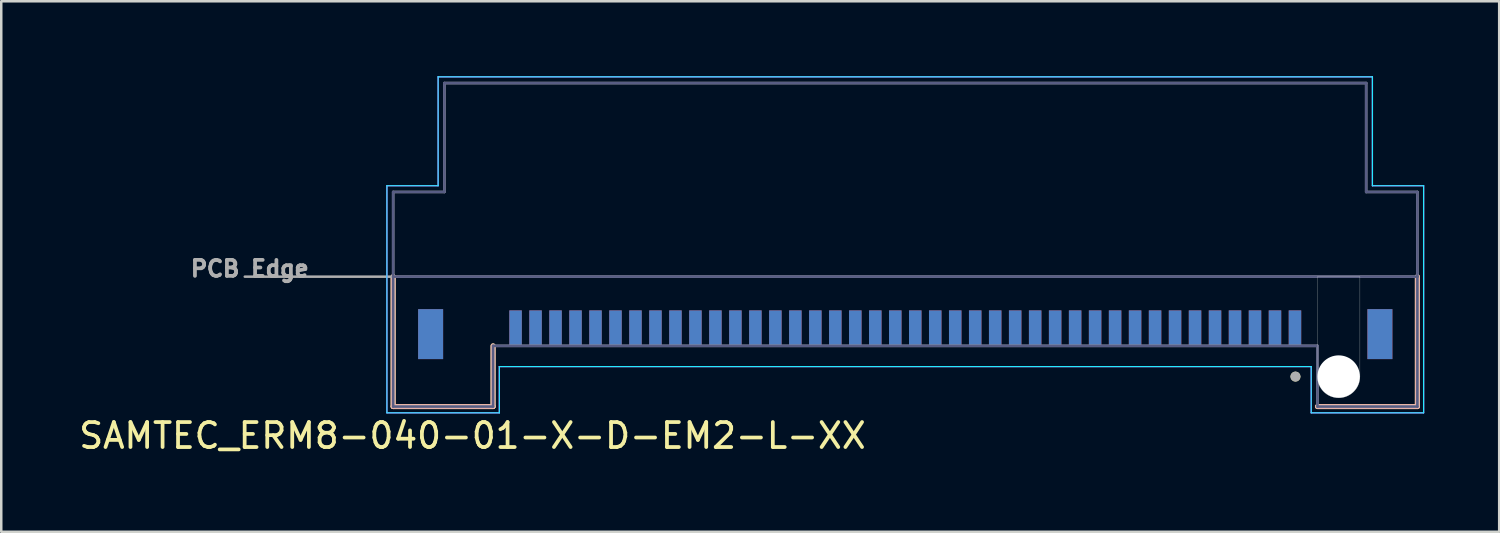
<source format=kicad_pcb>
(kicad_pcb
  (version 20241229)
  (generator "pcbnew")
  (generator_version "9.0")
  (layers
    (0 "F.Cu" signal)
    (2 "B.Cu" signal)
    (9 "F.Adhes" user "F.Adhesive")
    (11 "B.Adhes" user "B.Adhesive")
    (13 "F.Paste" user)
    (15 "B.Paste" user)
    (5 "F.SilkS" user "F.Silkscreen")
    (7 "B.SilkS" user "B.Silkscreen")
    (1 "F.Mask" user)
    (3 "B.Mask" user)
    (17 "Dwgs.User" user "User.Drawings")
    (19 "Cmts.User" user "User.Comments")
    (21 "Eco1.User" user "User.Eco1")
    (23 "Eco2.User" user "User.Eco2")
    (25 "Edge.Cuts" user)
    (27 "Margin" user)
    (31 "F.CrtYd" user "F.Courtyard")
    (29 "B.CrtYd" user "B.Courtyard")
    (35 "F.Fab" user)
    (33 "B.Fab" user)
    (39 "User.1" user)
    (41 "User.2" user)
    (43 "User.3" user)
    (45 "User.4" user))
  (footprint "SAMTEC_ERM8-040-01-X-D-EM2-L-XX"
    (layer "F.Cu")
    (at 33.188 8.025)
    (property "Reference" "SAMTEC_ERM8-040-01-X-D-EM2-L-XX" (at -17.325 6.365 0) (layer "F.SilkS") (effects (font (size 1 1) (thickness 0.15))))
    (attr smd)
    (fp_line (start -20.5 0) (end -20.5 5.2) (stroke (width 0.2) (type solid)) (layer "F.SilkS"))
    (fp_line (start -20.5 5.2) (end -16.5 5.2) (stroke (width 0.2) (type solid)) (layer "F.SilkS"))
    (fp_line (start -16.5 5.2) (end -16.5 2.77) (stroke (width 0.2) (type solid)) (layer "F.SilkS"))
    (fp_line (start 16.5 5.2) (end 20.5 5.2) (stroke (width 0.2) (type solid)) (layer "F.SilkS"))
    (fp_line (start 20.5 5.2) (end 20.5 0) (stroke (width 0.2) (type solid)) (layer "F.SilkS"))
    (fp_circle (center 15.62 4) (end 15.72 4) (stroke (width 0.2) (type solid)) (fill no) (layer "F.SilkS"))
    (fp_line (start -20.5 0) (end -20.5 5.2) (stroke (width 0.2) (type solid)) (layer "B.SilkS"))
    (fp_line (start -20.5 5.2) (end -16.5 5.2) (stroke (width 0.2) (type solid)) (layer "B.SilkS"))
    (fp_line (start -16.5 5.2) (end -16.5 2.77) (stroke (width 0.2) (type solid)) (layer "B.SilkS"))
    (fp_line (start 16.5 5.2) (end 20.5 5.2) (stroke (width 0.2) (type solid)) (layer "B.SilkS"))
    (fp_line (start 20.5 5.2) (end 20.5 0) (stroke (width 0.2) (type solid)) (layer "B.SilkS"))
    (fp_poly (pts (xy -15.78 2.08) (xy -15.78 3.35) (xy -15.42 3.35) (xy -15.42 2.08) (xy -15.6 1.823)) (stroke (width 0.01) (type solid)) (fill yes) (layer "F.Paste"))
    (fp_poly (pts (xy -14.98 2.08) (xy -14.98 3.35) (xy -14.62 3.35) (xy -14.62 2.08) (xy -14.8 1.823)) (stroke (width 0.01) (type solid)) (fill yes) (layer "F.Paste"))
    (fp_poly (pts (xy -14.18 2.08) (xy -14.18 3.35) (xy -13.82 3.35) (xy -13.82 2.08) (xy -14 1.823)) (stroke (width 0.01) (type solid)) (fill yes) (layer "F.Paste"))
    (fp_poly (pts (xy -13.38 2.08) (xy -13.38 3.35) (xy -13.02 3.35) (xy -13.02 2.08) (xy -13.2 1.823)) (stroke (width 0.01) (type solid)) (fill yes) (layer "F.Paste"))
    (fp_poly (pts (xy -12.58 2.08) (xy -12.58 3.35) (xy -12.22 3.35) (xy -12.22 2.08) (xy -12.4 1.823)) (stroke (width 0.01) (type solid)) (fill yes) (layer "F.Paste"))
    (fp_poly (pts (xy -11.78 2.08) (xy -11.78 3.35) (xy -11.42 3.35) (xy -11.42 2.08) (xy -11.6 1.823)) (stroke (width 0.01) (type solid)) (fill yes) (layer "F.Paste"))
    (fp_poly (pts (xy -10.98 2.08) (xy -10.98 3.35) (xy -10.62 3.35) (xy -10.62 2.08) (xy -10.8 1.823)) (stroke (width 0.01) (type solid)) (fill yes) (layer "F.Paste"))
    (fp_poly (pts (xy -10.18 2.08) (xy -10.18 3.35) (xy -9.82 3.35) (xy -9.82 2.08) (xy -10 1.823)) (stroke (width 0.01) (type solid)) (fill yes) (layer "F.Paste"))
    (fp_poly (pts (xy -9.38 2.08) (xy -9.38 3.35) (xy -9.02 3.35) (xy -9.02 2.08) (xy -9.2 1.823)) (stroke (width 0.01) (type solid)) (fill yes) (layer "F.Paste"))
    (fp_poly (pts (xy -8.58 2.08) (xy -8.58 3.35) (xy -8.22 3.35) (xy -8.22 2.08) (xy -8.4 1.823)) (stroke (width 0.01) (type solid)) (fill yes) (layer "F.Paste"))
    (fp_poly (pts (xy -7.78 2.08) (xy -7.78 3.35) (xy -7.42 3.35) (xy -7.42 2.08) (xy -7.6 1.823)) (stroke (width 0.01) (type solid)) (fill yes) (layer "F.Paste"))
    (fp_poly (pts (xy -6.98 2.08) (xy -6.98 3.35) (xy -6.62 3.35) (xy -6.62 2.08) (xy -6.8 1.823)) (stroke (width 0.01) (type solid)) (fill yes) (layer "F.Paste"))
    (fp_poly (pts (xy -6.18 2.08) (xy -6.18 3.35) (xy -5.82 3.35) (xy -5.82 2.08) (xy -6 1.823)) (stroke (width 0.01) (type solid)) (fill yes) (layer "F.Paste"))
    (fp_poly (pts (xy -5.38 2.08) (xy -5.38 3.35) (xy -5.02 3.35) (xy -5.02 2.08) (xy -5.2 1.823)) (stroke (width 0.01) (type solid)) (fill yes) (layer "F.Paste"))
    (fp_poly (pts (xy -4.58 2.08) (xy -4.58 3.35) (xy -4.22 3.35) (xy -4.22 2.08) (xy -4.4 1.823)) (stroke (width 0.01) (type solid)) (fill yes) (layer "F.Paste"))
    (fp_poly (pts (xy -3.78 2.08) (xy -3.78 3.35) (xy -3.42 3.35) (xy -3.42 2.08) (xy -3.6 1.823)) (stroke (width 0.01) (type solid)) (fill yes) (layer "F.Paste"))
    (fp_poly (pts (xy -2.98 2.08) (xy -2.98 3.35) (xy -2.62 3.35) (xy -2.62 2.08) (xy -2.8 1.823)) (stroke (width 0.01) (type solid)) (fill yes) (layer "F.Paste"))
    (fp_poly (pts (xy -2.18 2.08) (xy -2.18 3.35) (xy -1.82 3.35) (xy -1.82 2.08) (xy -2 1.823)) (stroke (width 0.01) (type solid)) (fill yes) (layer "F.Paste"))
    (fp_poly (pts (xy -1.38 2.08) (xy -1.38 3.35) (xy -1.02 3.35) (xy -1.02 2.08) (xy -1.2 1.823)) (stroke (width 0.01) (type solid)) (fill yes) (layer "F.Paste"))
    (fp_poly (pts (xy -0.58 2.08) (xy -0.58 3.35) (xy -0.22 3.35) (xy -0.22 2.08) (xy -0.4 1.823)) (stroke (width 0.01) (type solid)) (fill yes) (layer "F.Paste"))
    (fp_poly (pts (xy 0.22 2.08) (xy 0.22 3.35) (xy 0.58 3.35) (xy 0.58 2.08) (xy 0.4 1.823)) (stroke (width 0.01) (type solid)) (fill yes) (layer "F.Paste"))
    (fp_poly (pts (xy 1.02 2.08) (xy 1.02 3.35) (xy 1.38 3.35) (xy 1.38 2.08) (xy 1.2 1.823)) (stroke (width 0.01) (type solid)) (fill yes) (layer "F.Paste"))
    (fp_poly (pts (xy 1.82 2.08) (xy 1.82 3.35) (xy 2.18 3.35) (xy 2.18 2.08) (xy 2 1.823)) (stroke (width 0.01) (type solid)) (fill yes) (layer "F.Paste"))
    (fp_poly (pts (xy 2.62 2.08) (xy 2.62 3.35) (xy 2.98 3.35) (xy 2.98 2.08) (xy 2.8 1.823)) (stroke (width 0.01) (type solid)) (fill yes) (layer "F.Paste"))
    (fp_poly (pts (xy 3.42 2.08) (xy 3.42 3.35) (xy 3.78 3.35) (xy 3.78 2.08) (xy 3.6 1.823)) (stroke (width 0.01) (type solid)) (fill yes) (layer "F.Paste"))
    (fp_poly (pts (xy 4.22 2.08) (xy 4.22 3.35) (xy 4.58 3.35) (xy 4.58 2.08) (xy 4.4 1.823)) (stroke (width 0.01) (type solid)) (fill yes) (layer "F.Paste"))
    (fp_poly (pts (xy 5.02 2.08) (xy 5.02 3.35) (xy 5.38 3.35) (xy 5.38 2.08) (xy 5.2 1.823)) (stroke (width 0.01) (type solid)) (fill yes) (layer "F.Paste"))
    (fp_poly (pts (xy 5.82 2.08) (xy 5.82 3.35) (xy 6.18 3.35) (xy 6.18 2.08) (xy 6 1.823)) (stroke (width 0.01) (type solid)) (fill yes) (layer "F.Paste"))
    (fp_poly (pts (xy 6.62 2.08) (xy 6.62 3.35) (xy 6.98 3.35) (xy 6.98 2.08) (xy 6.8 1.823)) (stroke (width 0.01) (type solid)) (fill yes) (layer "F.Paste"))
    (fp_poly (pts (xy 7.42 2.08) (xy 7.42 3.35) (xy 7.78 3.35) (xy 7.78 2.08) (xy 7.6 1.823)) (stroke (width 0.01) (type solid)) (fill yes) (layer "F.Paste"))
    (fp_poly (pts (xy 8.22 2.08) (xy 8.22 3.35) (xy 8.58 3.35) (xy 8.58 2.08) (xy 8.4 1.823)) (stroke (width 0.01) (type solid)) (fill yes) (layer "F.Paste"))
    (fp_poly (pts (xy 9.02 2.08) (xy 9.02 3.35) (xy 9.38 3.35) (xy 9.38 2.08) (xy 9.2 1.823)) (stroke (width 0.01) (type solid)) (fill yes) (layer "F.Paste"))
    (fp_poly (pts (xy 9.82 2.08) (xy 9.82 3.35) (xy 10.18 3.35) (xy 10.18 2.08) (xy 10 1.823)) (stroke (width 0.01) (type solid)) (fill yes) (layer "F.Paste"))
    (fp_poly (pts (xy 10.62 2.08) (xy 10.62 3.35) (xy 10.98 3.35) (xy 10.98 2.08) (xy 10.8 1.823)) (stroke (width 0.01) (type solid)) (fill yes) (layer "F.Paste"))
    (fp_poly (pts (xy 11.42 2.08) (xy 11.42 3.35) (xy 11.78 3.35) (xy 11.78 2.08) (xy 11.6 1.823)) (stroke (width 0.01) (type solid)) (fill yes) (layer "F.Paste"))
    (fp_poly (pts (xy 12.22 2.08) (xy 12.22 3.35) (xy 12.58 3.35) (xy 12.58 2.08) (xy 12.4 1.823)) (stroke (width 0.01) (type solid)) (fill yes) (layer "F.Paste"))
    (fp_poly (pts (xy 13.02 2.08) (xy 13.02 3.35) (xy 13.38 3.35) (xy 13.38 2.08) (xy 13.2 1.823)) (stroke (width 0.01) (type solid)) (fill yes) (layer "F.Paste"))
    (fp_poly (pts (xy 13.82 2.08) (xy 13.82 3.35) (xy 14.18 3.35) (xy 14.18 2.08) (xy 14 1.823)) (stroke (width 0.01) (type solid)) (fill yes) (layer "F.Paste"))
    (fp_poly (pts (xy 14.62 2.08) (xy 14.62 3.35) (xy 14.98 3.35) (xy 14.98 2.08) (xy 14.8 1.823)) (stroke (width 0.01) (type solid)) (fill yes) (layer "F.Paste"))
    (fp_poly (pts (xy 15.42 2.08) (xy 15.42 3.35) (xy 15.78 3.35) (xy 15.78 2.08) (xy 15.6 1.823)) (stroke (width 0.01) (type solid)) (fill yes) (layer "F.Paste"))
    (fp_poly (pts (xy -15.78 2.08) (xy -15.78 3.35) (xy -15.42 3.35) (xy -15.42 2.08) (xy -15.6 1.823)) (stroke (width 0.01) (type solid)) (fill yes) (layer "B.Paste"))
    (fp_poly (pts (xy -14.98 2.08) (xy -14.98 3.35) (xy -14.62 3.35) (xy -14.62 2.08) (xy -14.8 1.823)) (stroke (width 0.01) (type solid)) (fill yes) (layer "B.Paste"))
    (fp_poly (pts (xy -14.18 2.08) (xy -14.18 3.35) (xy -13.82 3.35) (xy -13.82 2.08) (xy -14 1.823)) (stroke (width 0.01) (type solid)) (fill yes) (layer "B.Paste"))
    (fp_poly (pts (xy -13.38 2.08) (xy -13.38 3.35) (xy -13.02 3.35) (xy -13.02 2.08) (xy -13.2 1.823)) (stroke (width 0.01) (type solid)) (fill yes) (layer "B.Paste"))
    (fp_poly (pts (xy -12.58 2.08) (xy -12.58 3.35) (xy -12.22 3.35) (xy -12.22 2.08) (xy -12.4 1.823)) (stroke (width 0.01) (type solid)) (fill yes) (layer "B.Paste"))
    (fp_poly (pts (xy -11.78 2.08) (xy -11.78 3.35) (xy -11.42 3.35) (xy -11.42 2.08) (xy -11.6 1.823)) (stroke (width 0.01) (type solid)) (fill yes) (layer "B.Paste"))
    (fp_poly (pts (xy -10.98 2.08) (xy -10.98 3.35) (xy -10.62 3.35) (xy -10.62 2.08) (xy -10.8 1.823)) (stroke (width 0.01) (type solid)) (fill yes) (layer "B.Paste"))
    (fp_poly (pts (xy -10.18 2.08) (xy -10.18 3.35) (xy -9.82 3.35) (xy -9.82 2.08) (xy -10 1.823)) (stroke (width 0.01) (type solid)) (fill yes) (layer "B.Paste"))
    (fp_poly (pts (xy -9.38 2.08) (xy -9.38 3.35) (xy -9.02 3.35) (xy -9.02 2.08) (xy -9.2 1.823)) (stroke (width 0.01) (type solid)) (fill yes) (layer "B.Paste"))
    (fp_poly (pts (xy -8.58 2.08) (xy -8.58 3.35) (xy -8.22 3.35) (xy -8.22 2.08) (xy -8.4 1.823)) (stroke (width 0.01) (type solid)) (fill yes) (layer "B.Paste"))
    (fp_poly (pts (xy -7.78 2.08) (xy -7.78 3.35) (xy -7.42 3.35) (xy -7.42 2.08) (xy -7.6 1.823)) (stroke (width 0.01) (type solid)) (fill yes) (layer "B.Paste"))
    (fp_poly (pts (xy -6.98 2.08) (xy -6.98 3.35) (xy -6.62 3.35) (xy -6.62 2.08) (xy -6.8 1.823)) (stroke (width 0.01) (type solid)) (fill yes) (layer "B.Paste"))
    (fp_poly (pts (xy -6.18 2.08) (xy -6.18 3.35) (xy -5.82 3.35) (xy -5.82 2.08) (xy -6 1.823)) (stroke (width 0.01) (type solid)) (fill yes) (layer "B.Paste"))
    (fp_poly (pts (xy -5.38 2.08) (xy -5.38 3.35) (xy -5.02 3.35) (xy -5.02 2.08) (xy -5.2 1.823)) (stroke (width 0.01) (type solid)) (fill yes) (layer "B.Paste"))
    (fp_poly (pts (xy -4.58 2.08) (xy -4.58 3.35) (xy -4.22 3.35) (xy -4.22 2.08) (xy -4.4 1.823)) (stroke (width 0.01) (type solid)) (fill yes) (layer "B.Paste"))
    (fp_poly (pts (xy -3.78 2.08) (xy -3.78 3.35) (xy -3.42 3.35) (xy -3.42 2.08) (xy -3.6 1.823)) (stroke (width 0.01) (type solid)) (fill yes) (layer "B.Paste"))
    (fp_poly (pts (xy -2.98 2.08) (xy -2.98 3.35) (xy -2.62 3.35) (xy -2.62 2.08) (xy -2.8 1.823)) (stroke (width 0.01) (type solid)) (fill yes) (layer "B.Paste"))
    (fp_poly (pts (xy -2.18 2.08) (xy -2.18 3.35) (xy -1.82 3.35) (xy -1.82 2.08) (xy -2 1.823)) (stroke (width 0.01) (type solid)) (fill yes) (layer "B.Paste"))
    (fp_poly (pts (xy -1.38 2.08) (xy -1.38 3.35) (xy -1.02 3.35) (xy -1.02 2.08) (xy -1.2 1.823)) (stroke (width 0.01) (type solid)) (fill yes) (layer "B.Paste"))
    (fp_poly (pts (xy -0.58 2.08) (xy -0.58 3.35) (xy -0.22 3.35) (xy -0.22 2.08) (xy -0.4 1.823)) (stroke (width 0.01) (type solid)) (fill yes) (layer "B.Paste"))
    (fp_poly (pts (xy 0.22 2.08) (xy 0.22 3.35) (xy 0.58 3.35) (xy 0.58 2.08) (xy 0.4 1.823)) (stroke (width 0.01) (type solid)) (fill yes) (layer "B.Paste"))
    (fp_poly (pts (xy 1.02 2.08) (xy 1.02 3.35) (xy 1.38 3.35) (xy 1.38 2.08) (xy 1.2 1.823)) (stroke (width 0.01) (type solid)) (fill yes) (layer "B.Paste"))
    (fp_poly (pts (xy 1.82 2.08) (xy 1.82 3.35) (xy 2.18 3.35) (xy 2.18 2.08) (xy 2 1.823)) (stroke (width 0.01) (type solid)) (fill yes) (layer "B.Paste"))
    (fp_poly (pts (xy 2.62 2.08) (xy 2.62 3.35) (xy 2.98 3.35) (xy 2.98 2.08) (xy 2.8 1.823)) (stroke (width 0.01) (type solid)) (fill yes) (layer "B.Paste"))
    (fp_poly (pts (xy 3.42 2.08) (xy 3.42 3.35) (xy 3.78 3.35) (xy 3.78 2.08) (xy 3.6 1.823)) (stroke (width 0.01) (type solid)) (fill yes) (layer "B.Paste"))
    (fp_poly (pts (xy 4.22 2.08) (xy 4.22 3.35) (xy 4.58 3.35) (xy 4.58 2.08) (xy 4.4 1.823)) (stroke (width 0.01) (type solid)) (fill yes) (layer "B.Paste"))
    (fp_poly (pts (xy 5.02 2.08) (xy 5.02 3.35) (xy 5.38 3.35) (xy 5.38 2.08) (xy 5.2 1.823)) (stroke (width 0.01) (type solid)) (fill yes) (layer "B.Paste"))
    (fp_poly (pts (xy 5.82 2.08) (xy 5.82 3.35) (xy 6.18 3.35) (xy 6.18 2.08) (xy 6 1.823)) (stroke (width 0.01) (type solid)) (fill yes) (layer "B.Paste"))
    (fp_poly (pts (xy 6.62 2.08) (xy 6.62 3.35) (xy 6.98 3.35) (xy 6.98 2.08) (xy 6.8 1.823)) (stroke (width 0.01) (type solid)) (fill yes) (layer "B.Paste"))
    (fp_poly (pts (xy 7.42 2.08) (xy 7.42 3.35) (xy 7.78 3.35) (xy 7.78 2.08) (xy 7.6 1.823)) (stroke (width 0.01) (type solid)) (fill yes) (layer "B.Paste"))
    (fp_poly (pts (xy 8.22 2.08) (xy 8.22 3.35) (xy 8.58 3.35) (xy 8.58 2.08) (xy 8.4 1.823)) (stroke (width 0.01) (type solid)) (fill yes) (layer "B.Paste"))
    (fp_poly (pts (xy 9.02 2.08) (xy 9.02 3.35) (xy 9.38 3.35) (xy 9.38 2.08) (xy 9.2 1.823)) (stroke (width 0.01) (type solid)) (fill yes) (layer "B.Paste"))
    (fp_poly (pts (xy 9.82 2.08) (xy 9.82 3.35) (xy 10.18 3.35) (xy 10.18 2.08) (xy 10 1.823)) (stroke (width 0.01) (type solid)) (fill yes) (layer "B.Paste"))
    (fp_poly (pts (xy 10.62 2.08) (xy 10.62 3.35) (xy 10.98 3.35) (xy 10.98 2.08) (xy 10.8 1.823)) (stroke (width 0.01) (type solid)) (fill yes) (layer "B.Paste"))
    (fp_poly (pts (xy 11.42 2.08) (xy 11.42 3.35) (xy 11.78 3.35) (xy 11.78 2.08) (xy 11.6 1.823)) (stroke (width 0.01) (type solid)) (fill yes) (layer "B.Paste"))
    (fp_poly (pts (xy 12.22 2.08) (xy 12.22 3.35) (xy 12.58 3.35) (xy 12.58 2.08) (xy 12.4 1.823)) (stroke (width 0.01) (type solid)) (fill yes) (layer "B.Paste"))
    (fp_poly (pts (xy 13.02 2.08) (xy 13.02 3.35) (xy 13.38 3.35) (xy 13.38 2.08) (xy 13.2 1.823)) (stroke (width 0.01) (type solid)) (fill yes) (layer "B.Paste"))
    (fp_poly (pts (xy 13.82 2.08) (xy 13.82 3.35) (xy 14.18 3.35) (xy 14.18 2.08) (xy 14 1.823)) (stroke (width 0.01) (type solid)) (fill yes) (layer "B.Paste"))
    (fp_poly (pts (xy 14.62 2.08) (xy 14.62 3.35) (xy 14.98 3.35) (xy 14.98 2.08) (xy 14.8 1.823)) (stroke (width 0.01) (type solid)) (fill yes) (layer "B.Paste"))
    (fp_poly (pts (xy 15.42 2.08) (xy 15.42 3.35) (xy 15.78 3.35) (xy 15.78 2.08) (xy 15.6 1.823)) (stroke (width 0.01) (type solid)) (fill yes) (layer "B.Paste"))
    (fp_line (start 16.5 0) (end 18.2 0) (stroke (width 0.01) (type solid)) (layer "Edge.Cuts"))
    (fp_line (start 16.5 4) (end 16.5 0) (stroke (width 0.01) (type solid)) (layer "Edge.Cuts"))
    (fp_line (start 18.2 0) (end 18.2 4) (stroke (width 0.01) (type solid)) (layer "Edge.Cuts"))
    (fp_arc (start 17.35 4.85) (mid 16.748959 4.601041) (end 16.5 4) (stroke (width 0.01) (type solid)) (layer "Edge.Cuts"))
    (fp_arc (start 18.2 4) (mid 17.951041 4.601041) (end 17.35 4.85) (stroke (width 0.01) (type solid)) (layer "Edge.Cuts"))
    (fp_line (start -20.75 -3.64) (end -20.75 5.45) (stroke (width 0.05) (type solid)) (layer "B.CrtYd"))
    (fp_line (start -20.75 5.45) (end -16.25 5.45) (stroke (width 0.05) (type solid)) (layer "B.CrtYd"))
    (fp_line (start -18.7 -8) (end -18.7 -3.64) (stroke (width 0.05) (type solid)) (layer "B.CrtYd"))
    (fp_line (start -18.7 -3.64) (end -20.75 -3.64) (stroke (width 0.05) (type solid)) (layer "B.CrtYd"))
    (fp_line (start -16.25 3.6) (end 16.25 3.6) (stroke (width 0.05) (type solid)) (layer "B.CrtYd"))
    (fp_line (start -16.25 5.45) (end -16.25 3.6) (stroke (width 0.05) (type solid)) (layer "B.CrtYd"))
    (fp_line (start 16.25 3.6) (end 16.25 5.45) (stroke (width 0.05) (type solid)) (layer "B.CrtYd"))
    (fp_line (start 16.25 5.45) (end 20.75 5.45) (stroke (width 0.05) (type solid)) (layer "B.CrtYd"))
    (fp_line (start 18.7 -8) (end -18.7 -8) (stroke (width 0.05) (type solid)) (layer "B.CrtYd"))
    (fp_line (start 18.7 -3.64) (end 18.7 -8) (stroke (width 0.05) (type solid)) (layer "B.CrtYd"))
    (fp_line (start 20.75 -3.64) (end 18.7 -3.64) (stroke (width 0.05) (type solid)) (layer "B.CrtYd"))
    (fp_line (start 20.75 5.45) (end 20.75 -3.64) (stroke (width 0.05) (type solid)) (layer "B.CrtYd"))
    (fp_line (start -20.75 -3.64) (end -20.75 5.45) (stroke (width 0.05) (type solid)) (layer "F.CrtYd"))
    (fp_line (start -20.75 5.45) (end -16.25 5.45) (stroke (width 0.05) (type solid)) (layer "F.CrtYd"))
    (fp_line (start -18.7 -8) (end -18.7 -3.64) (stroke (width 0.05) (type solid)) (layer "F.CrtYd"))
    (fp_line (start -18.7 -3.64) (end -20.75 -3.64) (stroke (width 0.05) (type solid)) (layer "F.CrtYd"))
    (fp_line (start -16.25 3.6) (end 16.25 3.6) (stroke (width 0.05) (type solid)) (layer "F.CrtYd"))
    (fp_line (start -16.25 5.45) (end -16.25 3.6) (stroke (width 0.05) (type solid)) (layer "F.CrtYd"))
    (fp_line (start 16.25 3.6) (end 16.25 5.45) (stroke (width 0.05) (type solid)) (layer "F.CrtYd"))
    (fp_line (start 16.25 5.45) (end 20.75 5.45) (stroke (width 0.05) (type solid)) (layer "F.CrtYd"))
    (fp_line (start 18.7 -8) (end -18.7 -8) (stroke (width 0.05) (type solid)) (layer "F.CrtYd"))
    (fp_line (start 18.7 -3.64) (end 18.7 -8) (stroke (width 0.05) (type solid)) (layer "F.CrtYd"))
    (fp_line (start 20.75 -3.64) (end 18.7 -3.64) (stroke (width 0.05) (type solid)) (layer "F.CrtYd"))
    (fp_line (start 20.75 5.45) (end 20.75 -3.64) (stroke (width 0.05) (type solid)) (layer "F.CrtYd"))
    (fp_line (start -20.5 -3.39) (end -20.5 0) (stroke (width 0.1) (type solid)) (layer "B.Fab"))
    (fp_line (start -20.5 0) (end -20.5 5.2) (stroke (width 0.1) (type solid)) (layer "B.Fab"))
    (fp_line (start -20.5 0) (end 20.5 0) (stroke (width 0.1) (type solid)) (layer "B.Fab"))
    (fp_line (start -20.5 5.2) (end -16.5 5.2) (stroke (width 0.1) (type solid)) (layer "B.Fab"))
    (fp_line (start -18.45 -7.75) (end -18.45 -3.39) (stroke (width 0.1) (type solid)) (layer "B.Fab"))
    (fp_line (start -18.45 -3.39) (end -20.5 -3.39) (stroke (width 0.1) (type solid)) (layer "B.Fab"))
    (fp_line (start -16.5 2.77) (end 16.5 2.77) (stroke (width 0.1) (type solid)) (layer "B.Fab"))
    (fp_line (start -16.5 5.2) (end -16.5 2.77) (stroke (width 0.1) (type solid)) (layer "B.Fab"))
    (fp_line (start 16.5 2.77) (end 16.5 5.2) (stroke (width 0.1) (type solid)) (layer "B.Fab"))
    (fp_line (start 16.5 5.2) (end 20.5 5.2) (stroke (width 0.1) (type solid)) (layer "B.Fab"))
    (fp_line (start 18.45 -7.75) (end -18.45 -7.75) (stroke (width 0.1) (type solid)) (layer "B.Fab"))
    (fp_line (start 18.45 -3.39) (end 18.45 -7.75) (stroke (width 0.1) (type solid)) (layer "B.Fab"))
    (fp_line (start 20.5 -3.39) (end 18.45 -3.39) (stroke (width 0.1) (type solid)) (layer "B.Fab"))
    (fp_line (start 20.5 0) (end 20.5 -3.39) (stroke (width 0.1) (type solid)) (layer "B.Fab"))
    (fp_line (start 20.5 5.2) (end 20.5 0) (stroke (width 0.1) (type solid)) (layer "B.Fab"))
    (fp_line (start -26.44 0) (end -20.5 0) (stroke (width 0.1) (type solid)) (layer "F.Fab"))
    (fp_line (start -20.5 -3.39) (end -20.5 0) (stroke (width 0.1) (type solid)) (layer "F.Fab"))
    (fp_line (start -20.5 0) (end -20.5 5.2) (stroke (width 0.1) (type solid)) (layer "F.Fab"))
    (fp_line (start -20.5 0) (end 20.5 0) (stroke (width 0.1) (type solid)) (layer "F.Fab"))
    (fp_line (start -20.5 5.2) (end -16.5 5.2) (stroke (width 0.1) (type solid)) (layer "F.Fab"))
    (fp_line (start -18.45 -7.75) (end -18.45 -3.39) (stroke (width 0.1) (type solid)) (layer "F.Fab"))
    (fp_line (start -18.45 -3.39) (end -20.5 -3.39) (stroke (width 0.1) (type solid)) (layer "F.Fab"))
    (fp_line (start -16.5 2.77) (end 16.5 2.77) (stroke (width 0.1) (type solid)) (layer "F.Fab"))
    (fp_line (start -16.5 5.2) (end -16.5 2.77) (stroke (width 0.1) (type solid)) (layer "F.Fab"))
    (fp_line (start 16.5 2.77) (end 16.5 5.2) (stroke (width 0.1) (type solid)) (layer "F.Fab"))
    (fp_line (start 16.5 5.2) (end 20.5 5.2) (stroke (width 0.1) (type solid)) (layer "F.Fab"))
    (fp_line (start 18.45 -7.75) (end -18.45 -7.75) (stroke (width 0.1) (type solid)) (layer "F.Fab"))
    (fp_line (start 18.45 -3.39) (end 18.45 -7.75) (stroke (width 0.1) (type solid)) (layer "F.Fab"))
    (fp_line (start 20.5 -3.39) (end 18.45 -3.39) (stroke (width 0.1) (type solid)) (layer "F.Fab"))
    (fp_line (start 20.5 0) (end 20.5 -3.39) (stroke (width 0.1) (type solid)) (layer "F.Fab"))
    (fp_line (start 20.5 5.2) (end 20.5 0) (stroke (width 0.1) (type solid)) (layer "F.Fab"))
    (fp_circle (center 15.62 4) (end 15.72 4) (stroke (width 0.2) (type solid)) (fill no) (layer "F.Fab"))
    (fp_text user "PCB Edge" (at -26.24 -0.32 0) (layer "F.Fab") (effects (font (size 0.64 0.64) (thickness 0.15))))
    (pad "" np_thru_hole circle (at 17.35 4) (size 1.7 1.7) (drill 1.7) (layers "*.Cu" "*.Mask"))
    (pad "01" smd rect (at 15.6 2.075) (size 0.5 1.45) (layers "F.Cu" "F.Mask"))
    (pad "02" smd rect (at 15.6 2.075) (size 0.5 1.45) (layers "B.Cu" "B.Mask"))
    (pad "03" smd rect (at 14.8 2.075) (size 0.5 1.45) (layers "F.Cu" "F.Mask"))
    (pad "04" smd rect (at 14.8 2.075) (size 0.5 1.45) (layers "B.Cu" "B.Mask"))
    (pad "05" smd rect (at 14 2.075) (size 0.5 1.45) (layers "F.Cu" "F.Mask"))
    (pad "06" smd rect (at 14 2.075) (size 0.5 1.45) (layers "B.Cu" "B.Mask"))
    (pad "07" smd rect (at 13.2 2.075) (size 0.5 1.45) (layers "F.Cu" "F.Mask"))
    (pad "08" smd rect (at 13.2 2.075) (size 0.5 1.45) (layers "B.Cu" "B.Mask"))
    (pad "09" smd rect (at 12.4 2.075) (size 0.5 1.45) (layers "F.Cu" "F.Mask"))
    (pad "10" smd rect (at 12.4 2.075) (size 0.5 1.45) (layers "B.Cu" "B.Mask"))
    (pad "11" smd rect (at 11.6 2.075) (size 0.5 1.45) (layers "F.Cu" "F.Mask"))
    (pad "12" smd rect (at 11.6 2.075) (size 0.5 1.45) (layers "B.Cu" "B.Mask"))
    (pad "13" smd rect (at 10.8 2.075) (size 0.5 1.45) (layers "F.Cu" "F.Mask"))
    (pad "14" smd rect (at 10.8 2.075) (size 0.5 1.45) (layers "B.Cu" "B.Mask"))
    (pad "15" smd rect (at 10 2.075) (size 0.5 1.45) (layers "F.Cu" "F.Mask"))
    (pad "16" smd rect (at 10 2.075) (size 0.5 1.45) (layers "B.Cu" "B.Mask"))
    (pad "17" smd rect (at 9.2 2.075) (size 0.5 1.45) (layers "F.Cu" "F.Mask"))
    (pad "18" smd rect (at 9.2 2.075) (size 0.5 1.45) (layers "B.Cu" "B.Mask"))
    (pad "19" smd rect (at 8.4 2.075) (size 0.5 1.45) (layers "F.Cu" "F.Mask"))
    (pad "20" smd rect (at 8.4 2.075) (size 0.5 1.45) (layers "B.Cu" "B.Mask"))
    (pad "21" smd rect (at 7.6 2.075) (size 0.5 1.45) (layers "F.Cu" "F.Mask"))
    (pad "22" smd rect (at 7.6 2.075) (size 0.5 1.45) (layers "B.Cu" "B.Mask"))
    (pad "23" smd rect (at 6.8 2.075) (size 0.5 1.45) (layers "F.Cu" "F.Mask"))
    (pad "24" smd rect (at 6.8 2.075) (size 0.5 1.45) (layers "B.Cu" "B.Mask"))
    (pad "25" smd rect (at 6 2.075) (size 0.5 1.45) (layers "F.Cu" "F.Mask"))
    (pad "26" smd rect (at 6 2.075) (size 0.5 1.45) (layers "B.Cu" "B.Mask"))
    (pad "27" smd rect (at 5.2 2.075) (size 0.5 1.45) (layers "F.Cu" "F.Mask"))
    (pad "28" smd rect (at 5.2 2.075) (size 0.5 1.45) (layers "B.Cu" "B.Mask"))
    (pad "29" smd rect (at 4.4 2.075) (size 0.5 1.45) (layers "F.Cu" "F.Mask"))
    (pad "30" smd rect (at 4.4 2.075) (size 0.5 1.45) (layers "B.Cu" "B.Mask"))
    (pad "31" smd rect (at 3.6 2.075) (size 0.5 1.45) (layers "F.Cu" "F.Mask"))
    (pad "32" smd rect (at 3.6 2.075) (size 0.5 1.45) (layers "B.Cu" "B.Mask"))
    (pad "33" smd rect (at 2.8 2.075) (size 0.5 1.45) (layers "F.Cu" "F.Mask"))
    (pad "34" smd rect (at 2.8 2.075) (size 0.5 1.45) (layers "B.Cu" "B.Mask"))
    (pad "35" smd rect (at 2 2.075) (size 0.5 1.45) (layers "F.Cu" "F.Mask"))
    (pad "36" smd rect (at 2 2.075) (size 0.5 1.45) (layers "B.Cu" "B.Mask"))
    (pad "37" smd rect (at 1.2 2.075) (size 0.5 1.45) (layers "F.Cu" "F.Mask"))
    (pad "38" smd rect (at 1.2 2.075) (size 0.5 1.45) (layers "B.Cu" "B.Mask"))
    (pad "39" smd rect (at 0.4 2.075) (size 0.5 1.45) (layers "F.Cu" "F.Mask"))
    (pad "40" smd rect (at 0.4 2.075) (size 0.5 1.45) (layers "B.Cu" "B.Mask"))
    (pad "41" smd rect (at -0.4 2.075) (size 0.5 1.45) (layers "F.Cu" "F.Mask"))
    (pad "42" smd rect (at -0.4 2.075) (size 0.5 1.45) (layers "B.Cu" "B.Mask"))
    (pad "43" smd rect (at -1.2 2.075) (size 0.5 1.45) (layers "F.Cu" "F.Mask"))
    (pad "44" smd rect (at -1.2 2.075) (size 0.5 1.45) (layers "B.Cu" "B.Mask"))
    (pad "45" smd rect (at -2 2.075) (size 0.5 1.45) (layers "F.Cu" "F.Mask"))
    (pad "46" smd rect (at -2 2.075) (size 0.5 1.45) (layers "B.Cu" "B.Mask"))
    (pad "47" smd rect (at -2.8 2.075) (size 0.5 1.45) (layers "F.Cu" "F.Mask"))
    (pad "48" smd rect (at -2.8 2.075) (size 0.5 1.45) (layers "B.Cu" "B.Mask"))
    (pad "49" smd rect (at -3.6 2.075) (size 0.5 1.45) (layers "F.Cu" "F.Mask"))
    (pad "50" smd rect (at -3.6 2.075) (size 0.5 1.45) (layers "B.Cu" "B.Mask"))
    (pad "51" smd rect (at -4.4 2.075) (size 0.5 1.45) (layers "F.Cu" "F.Mask"))
    (pad "52" smd rect (at -4.4 2.075) (size 0.5 1.45) (layers "B.Cu" "B.Mask"))
    (pad "53" smd rect (at -5.2 2.075) (size 0.5 1.45) (layers "F.Cu" "F.Mask"))
    (pad "54" smd rect (at -5.2 2.075) (size 0.5 1.45) (layers "B.Cu" "B.Mask"))
    (pad "55" smd rect (at -6 2.075) (size 0.5 1.45) (layers "F.Cu" "F.Mask"))
    (pad "56" smd rect (at -6 2.075) (size 0.5 1.45) (layers "B.Cu" "B.Mask"))
    (pad "57" smd rect (at -6.8 2.075) (size 0.5 1.45) (layers "F.Cu" "F.Mask"))
    (pad "58" smd rect (at -6.8 2.075) (size 0.5 1.45) (layers "B.Cu" "B.Mask"))
    (pad "59" smd rect (at -7.6 2.075) (size 0.5 1.45) (layers "F.Cu" "F.Mask"))
    (pad "60" smd rect (at -7.6 2.075) (size 0.5 1.45) (layers "B.Cu" "B.Mask"))
    (pad "61" smd rect (at -8.4 2.075) (size 0.5 1.45) (layers "F.Cu" "F.Mask"))
    (pad "62" smd rect (at -8.4 2.075) (size 0.5 1.45) (layers "B.Cu" "B.Mask"))
    (pad "63" smd rect (at -9.2 2.075) (size 0.5 1.45) (layers "F.Cu" "F.Mask"))
    (pad "64" smd rect (at -9.2 2.075) (size 0.5 1.45) (layers "B.Cu" "B.Mask"))
    (pad "65" smd rect (at -10 2.075) (size 0.5 1.45) (layers "F.Cu" "F.Mask"))
    (pad "66" smd rect (at -10 2.075) (size 0.5 1.45) (layers "B.Cu" "B.Mask"))
    (pad "67" smd rect (at -10.8 2.075) (size 0.5 1.45) (layers "F.Cu" "F.Mask"))
    (pad "68" smd rect (at -10.8 2.075) (size 0.5 1.45) (layers "B.Cu" "B.Mask"))
    (pad "69" smd rect (at -11.6 2.075) (size 0.5 1.45) (layers "F.Cu" "F.Mask"))
    (pad "70" smd rect (at -11.6 2.075) (size 0.5 1.45) (layers "B.Cu" "B.Mask"))
    (pad "71" smd rect (at -12.4 2.075) (size 0.5 1.45) (layers "F.Cu" "F.Mask"))
    (pad "72" smd rect (at -12.4 2.075) (size 0.5 1.45) (layers "B.Cu" "B.Mask"))
    (pad "73" smd rect (at -13.2 2.075) (size 0.5 1.45) (layers "F.Cu" "F.Mask"))
    (pad "74" smd rect (at -13.2 2.075) (size 0.5 1.45) (layers "B.Cu" "B.Mask"))
    (pad "75" smd rect (at -14 2.075) (size 0.5 1.45) (layers "F.Cu" "F.Mask"))
    (pad "76" smd rect (at -14 2.075) (size 0.5 1.45) (layers "B.Cu" "B.Mask"))
    (pad "77" smd rect (at -14.8 2.075) (size 0.5 1.45) (layers "F.Cu" "F.Mask"))
    (pad "78" smd rect (at -14.8 2.075) (size 0.5 1.45) (layers "B.Cu" "B.Mask"))
    (pad "79" smd rect (at -15.6 2.075) (size 0.5 1.45) (layers "F.Cu" "F.Mask"))
    (pad "80" smd rect (at -15.6 2.075) (size 0.5 1.45) (layers "B.Cu" "B.Mask"))
    (pad "S1" smd rect (at 19 2.3) (size 1 2) (layers "F.Cu" "F.Mask" "F.Paste"))
    (pad "S2" smd rect (at -19 2.3) (size 1 2) (layers "F.Cu" "F.Mask" "F.Paste"))
    (pad "S3" smd rect (at -19 2.3) (size 1 2) (layers "B.Cu" "B.Mask" "B.Paste"))
    (pad "S4" smd rect (at 19 2.3) (size 1 2) (layers "B.Cu" "B.Mask" "B.Paste")))
  (gr_rect
    (start -3 -3)
    (end 56.963 18.238)
    (stroke (width 0.1) (type default))
    (fill no)
    (layer "Edge.Cuts")))
</source>
